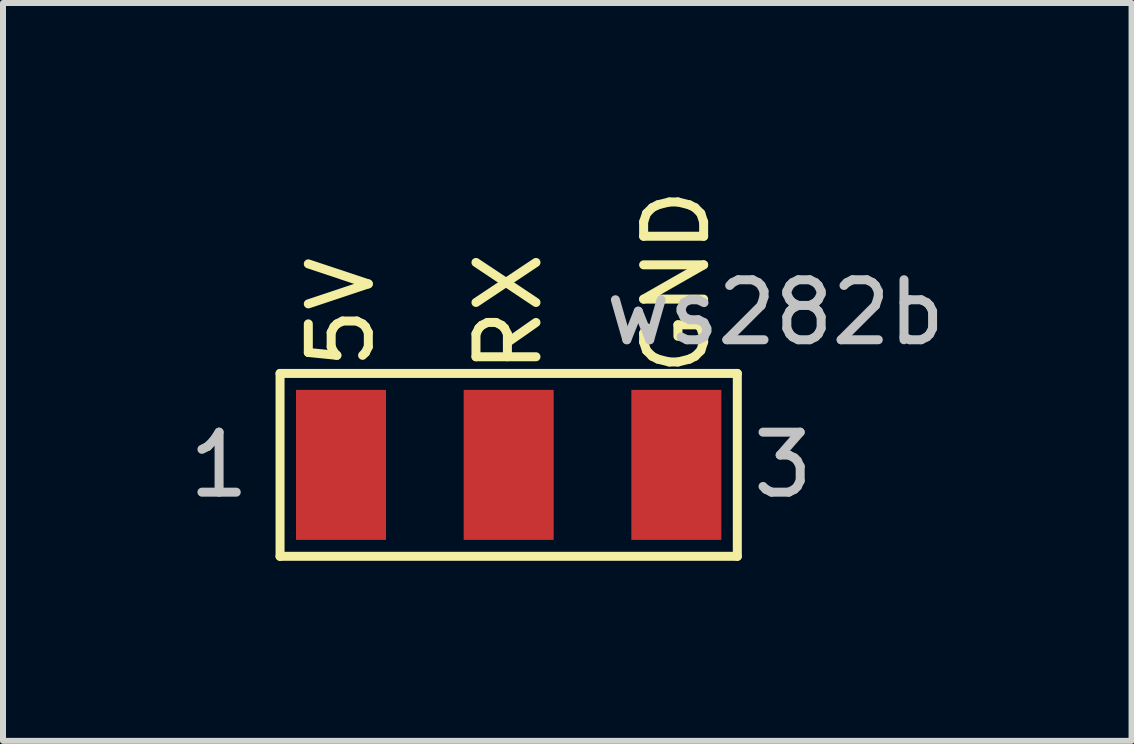
<source format=kicad_pcb>
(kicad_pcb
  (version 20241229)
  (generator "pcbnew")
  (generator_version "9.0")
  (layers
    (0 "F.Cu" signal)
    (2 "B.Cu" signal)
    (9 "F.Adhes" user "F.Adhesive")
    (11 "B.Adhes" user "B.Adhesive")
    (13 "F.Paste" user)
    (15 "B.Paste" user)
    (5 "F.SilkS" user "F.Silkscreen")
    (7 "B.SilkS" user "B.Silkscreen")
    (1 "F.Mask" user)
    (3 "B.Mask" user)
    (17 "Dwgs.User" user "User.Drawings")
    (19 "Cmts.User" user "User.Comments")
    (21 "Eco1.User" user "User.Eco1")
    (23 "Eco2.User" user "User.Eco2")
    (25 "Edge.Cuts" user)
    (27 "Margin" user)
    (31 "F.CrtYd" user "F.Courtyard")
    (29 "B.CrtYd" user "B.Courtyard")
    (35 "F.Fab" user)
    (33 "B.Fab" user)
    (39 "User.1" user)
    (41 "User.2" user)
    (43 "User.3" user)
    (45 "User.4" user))
  (footprint "ws282b"
    (layer "F.Cu")
    (at 5.427 4.697)
    (property "Reference" "ws282b" (at 4.445 -2.54 0) (layer "Dwgs.User") (effects (font (size 1 1) (thickness 0.15))))
    (attr exclude_from_pos_files exclude_from_bom)
    (fp_line (start -3.81 -1.524) (end -3.81 1.524) (stroke (width 0.15) (type solid)) (layer "F.SilkS"))
    (fp_line (start -3.81 -1.524) (end 3.81 -1.524) (stroke (width 0.15) (type solid)) (layer "F.SilkS"))
    (fp_line (start 3.81 -1.524) (end 3.81 1.524) (stroke (width 0.15) (type solid)) (layer "F.SilkS"))
    (fp_line (start 3.81 1.524) (end -3.81 1.524) (stroke (width 0.15) (type solid)) (layer "F.SilkS"))
    (fp_text user "RX" (at 0 -2.54 270) (layer "F.SilkS") (effects (font (size 1 1) (thickness 0.15))))
    (fp_text user "GND" (at 2.794 -3.048 270) (layer "F.SilkS") (effects (font (size 1 1) (thickness 0.15))))
    (fp_text user "5V" (at -2.794 -2.54 270) (layer "F.SilkS") (effects (font (size 1 1) (thickness 0.15))))
    (fp_text user "3" (at 4.572 0 0) (layer "Dwgs.User") (effects (font (size 1 1) (thickness 0.15))))
    (fp_text user "1" (at -4.826 0 0) (layer "Dwgs.User") (effects (font (size 1 1) (thickness 0.15))))
    (pad "1" smd rect (at -2.794 0) (size 1.5 2.5) (layers "F.Cu" "F.Mask"))
    (pad "2" smd rect (at 0 0) (size 1.5 2.5) (layers "F.Cu" "F.Mask"))
    (pad "3" smd rect (at 2.794 0) (size 1.5 2.5) (layers "F.Cu" "F.Mask")))
  (gr_rect
    (start -3 -3)
    (end 15.807 9.296)
    (stroke (width 0.1) (type default))
    (fill no)
    (layer "Edge.Cuts")))
</source>
